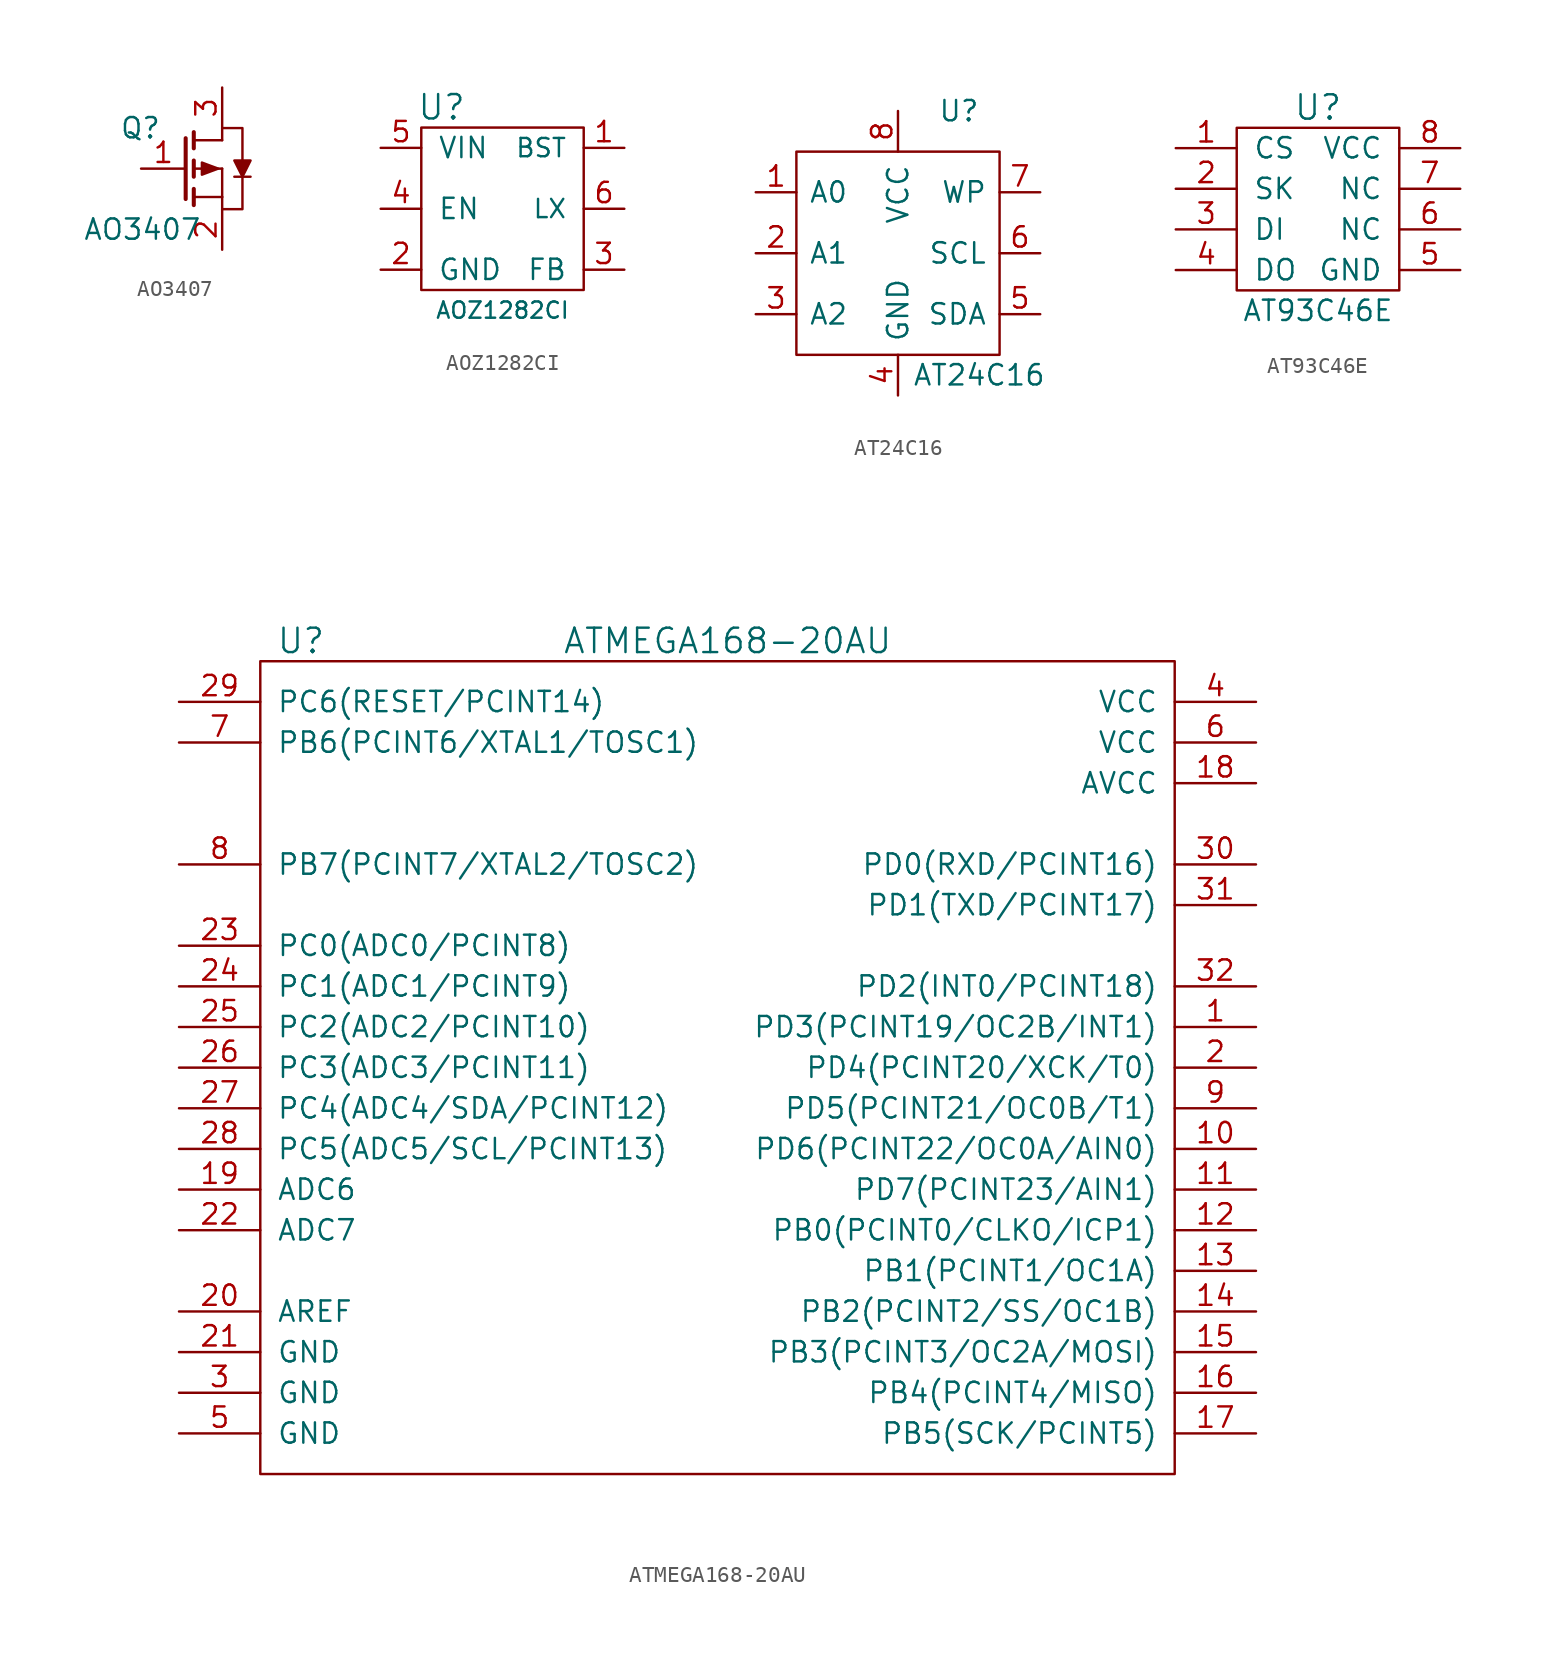
<source format=kicad_sym>
(kicad_symbol_lib
  (version 20220914)
  (generator kicad_symbol_editor)
  (symbol "AO3407"
    (pin_names
      (offset 0) hide)
    (property "Reference" "Q"
      (at -1.27 2.54 0)
      (effects (font (size 1.27 1.27)) (justify right)))
    (property "Value" "AO3407"
      (at 1.27 -3.81 0)
      (effects (font (size 1.27 1.27)) (justify right)))
    (property "Footprint" ""
      (at 5.08 2.54 0)
      (effects (font (size 1.27 1.27))))
    (property "Datasheet" ""
      (at 0 0 0)
      (effects (font (size 1.27 1.27))))
    (symbol "AO3407_0_1"
      (polyline (pts (xy 0.762 -1.778) (xy 2.54 -1.778)) (stroke (width 0) (type default)) (fill (type none)))
      (polyline (pts (xy 0.762 -1.27) (xy 0.762 -2.286)) (stroke (width 0.254) (type default)) (fill (type none)))
      (polyline (pts (xy 0.762 0) (xy 2.54 0)) (stroke (width 0) (type default)) (fill (type none)))
      (polyline (pts (xy 0.762 0.508) (xy 0.762 -0.508)) (stroke (width 0.254) (type default)) (fill (type none)))
      (polyline (pts (xy 0.762 1.778) (xy 2.54 1.778)) (stroke (width 0) (type default)) (fill (type none)))
      (polyline (pts (xy 0.762 2.286) (xy 0.762 1.27)) (stroke (width 0.254) (type default)) (fill (type none)))
      (polyline (pts (xy 2.54 -1.778) (xy 2.54 -2.54)) (stroke (width 0) (type default)) (fill (type none)))
      (polyline (pts (xy 2.54 -1.778) (xy 2.54 0)) (stroke (width 0) (type default)) (fill (type none)))
      (polyline (pts (xy 2.54 2.54) (xy 2.54 1.778)) (stroke (width 0) (type default)) (fill (type none)))
      (polyline (pts (xy 3.302 -0.508) (xy 4.318 -0.508)) (stroke (width 0) (type default)) (fill (type none)))
      (polyline (pts (xy 0.254 1.905) (xy 0.254 -1.905) (xy 0.254 -1.905)) (stroke (width 0.254) (type default)) (fill (type none)))
      (polyline (pts (xy 2.286 0) (xy 1.27 -0.381) (xy 1.27 0.381) (xy 2.286 0)) (stroke (width 0) (type default)) (fill (type outline)))
      (polyline (pts (xy 2.54 2.54) (xy 3.81 2.54) (xy 3.81 -2.54) (xy 2.54 -2.54)) (stroke (width 0) (type default)) (fill (type none)))
      (polyline (pts (xy 3.81 -0.508) (xy 3.302 0.508) (xy 4.318 0.508) (xy 3.81 -0.508)) (stroke (width 0) (type default)) (fill (type outline))))
    (symbol "AO3407_1_1"
      (pin input line (at -2.54 0 0) (length 2.794) (name "G" (effects (font (size 1.27 1.27)))) (number "1" (effects (font (size 1.27 1.27)))))
      (pin passive line (at 2.54 -5.08 90) (length 2.54) (name "S" (effects (font (size 1.27 1.27)))) (number "2" (effects (font (size 1.27 1.27)))))
      (pin passive line (at 2.54 5.08 270) (length 2.54) (name "D" (effects (font (size 1.27 1.27)))) (number "3" (effects (font (size 1.27 1.27)))))))
  (symbol "AOZ1282CI"
    (pin_names
      (offset 1.016))
    (property "Reference" "U"
      (at -3.81 6.35 0)
      (effects (font (size 1.524 1.524))))
    (property "Value" "AOZ1282CI"
      (at 0 -6.35 0)
      (effects (font (size 1.016 1.016))))
    (property "Footprint" ""
      (at 0 0 0)
      (effects (font (size 1.524 1.524))))
    (property "Datasheet" ""
      (at 0 0 0)
      (effects (font (size 1.524 1.524))))
    (symbol "AOZ1282CI_0_1"
      (rectangle (start -5.08 5.08) (end 5.08 -5.08) (stroke (width 0) (type default)) (fill (type none))))
    (symbol "AOZ1282CI_1_1"
      (pin input line (at 7.62 3.81 180) (length 2.54) (name "BST" (effects (font (size 1.143 1.143)))) (number "1" (effects (font (size 1.27 1.27)))))
      (pin input line (at -7.62 -3.81 0) (length 2.54) (name "GND" (effects (font (size 1.27 1.27)))) (number "2" (effects (font (size 1.27 1.27)))))
      (pin input line (at 7.62 -3.81 180) (length 2.54) (name "FB" (effects (font (size 1.27 1.27)))) (number "3" (effects (font (size 1.27 1.27)))))
      (pin input line (at -7.62 0 0) (length 2.54) (name "EN" (effects (font (size 1.27 1.27)))) (number "4" (effects (font (size 1.27 1.27)))))
      (pin input line (at -7.62 3.81 0) (length 2.54) (name "VIN" (effects (font (size 1.27 1.27)))) (number "5" (effects (font (size 1.27 1.27)))))
      (pin input line (at 7.62 0 180) (length 2.54) (name "LX" (effects (font (size 1.143 1.143)))) (number "6" (effects (font (size 1.27 1.27)))))))
  (symbol "AT24C16"
    (pin_names
      (offset 0.762))
    (property "Reference" "U"
      (at 3.81 8.89 0)
      (effects (font (size 1.27 1.27))))
    (property "Value" "AT24C16"
      (at 5.08 -7.62 0)
      (effects (font (size 1.27 1.27))))
    (property "Footprint" ""
      (at 0 0 0)
      (effects (font (size 1.27 1.27))))
    (property "Datasheet" ""
      (at 0 0 0)
      (effects (font (size 1.27 1.27))))
    (symbol "AT24C16_0_0"
      (pin power_in line (at 0 -8.89 90) (length 2.54) (name "GND" (effects (font (size 1.27 1.27)))) (number "4" (effects (font (size 1.27 1.27)))))
      (pin power_in line (at 0 8.89 270) (length 2.54) (name "VCC" (effects (font (size 1.27 1.27)))) (number "8" (effects (font (size 1.27 1.27))))))
    (symbol "AT24C16_1_1"
      (rectangle (start -6.35 -6.35) (end 6.35 6.35) (stroke (width 0) (type default)) (fill (type none)))
      (pin input line (at -8.89 3.81 0) (length 2.54) (name "A0" (effects (font (size 1.27 1.27)))) (number "1" (effects (font (size 1.27 1.27)))))
      (pin input line (at -8.89 0 0) (length 2.54) (name "A1" (effects (font (size 1.27 1.27)))) (number "2" (effects (font (size 1.27 1.27)))))
      (pin input line (at -8.89 -3.81 0) (length 2.54) (name "A2" (effects (font (size 1.27 1.27)))) (number "3" (effects (font (size 1.27 1.27)))))
      (pin bidirectional line (at 8.89 -3.81 180) (length 2.54) (name "SDA" (effects (font (size 1.27 1.27)))) (number "5" (effects (font (size 1.27 1.27)))))
      (pin input line (at 8.89 0 180) (length 2.54) (name "SCL" (effects (font (size 1.27 1.27)))) (number "6" (effects (font (size 1.27 1.27)))))
      (pin input line (at 8.89 3.81 180) (length 2.54) (name "WP" (effects (font (size 1.27 1.27)))) (number "7" (effects (font (size 1.27 1.27)))))))
  (symbol "AT93C46E"
    (pin_names
      (offset 1.016))
    (property "Reference" "U"
      (at 0 6.35 0)
      (effects (font (size 1.524 1.524))))
    (property "Value" "AT93C46E"
      (at 0 -6.35 0)
      (effects (font (size 1.27 1.27))))
    (symbol "AT93C46E_0_1"
      (rectangle (start -5.08 5.08) (end 5.08 -5.08) (stroke (width 0) (type default)) (fill (type none))))
    (symbol "AT93C46E_1_1"
      (pin passive line (at -8.89 3.81 0) (length 3.81) (name "CS" (effects (font (size 1.27 1.27)))) (number "1" (effects (font (size 1.27 1.27)))))
      (pin passive line (at -8.89 1.27 0) (length 3.81) (name "SK" (effects (font (size 1.27 1.27)))) (number "2" (effects (font (size 1.27 1.27)))))
      (pin passive line (at -8.89 -1.27 0) (length 3.81) (name "DI" (effects (font (size 1.27 1.27)))) (number "3" (effects (font (size 1.27 1.27)))))
      (pin passive line (at -8.89 -3.81 0) (length 3.81) (name "DO" (effects (font (size 1.27 1.27)))) (number "4" (effects (font (size 1.27 1.27)))))
      (pin passive line (at 8.89 -3.81 180) (length 3.81) (name "GND" (effects (font (size 1.27 1.27)))) (number "5" (effects (font (size 1.27 1.27)))))
      (pin passive line (at 8.89 -1.27 180) (length 3.81) (name "NC" (effects (font (size 1.27 1.27)))) (number "6" (effects (font (size 1.27 1.27)))))
      (pin passive line (at 8.89 1.27 180) (length 3.81) (name "NC" (effects (font (size 1.27 1.27)))) (number "7" (effects (font (size 1.27 1.27)))))
      (pin passive line (at 8.89 3.81 180) (length 3.81) (name "VCC" (effects (font (size 1.27 1.27)))) (number "8" (effects (font (size 1.27 1.27)))))))
  (symbol "ATMEGA168-20AU"
    (pin_names
      (offset 1.016))
    (property "Reference" "U"
      (at -26.67 26.67 0)
      (effects (font (size 1.524 1.524))))
    (property "Value" "ATMEGA168-20AU"
      (at 0 26.67 0)
      (effects (font (size 1.524 1.524))))
    (property "Footprint" ""
      (at -19.05 8.89 0)
      (effects (font (size 1.524 1.524))))
    (property "Datasheet" ""
      (at -19.05 8.89 0)
      (effects (font (size 1.524 1.524))))
    (symbol "ATMEGA168-20AU_0_1"
      (rectangle (start -29.21 -25.4) (end 27.94 25.4) (stroke (width 0) (type default)) (fill (type none))))
    (symbol "ATMEGA168-20AU_1_1"
      (pin bidirectional line (at 33.02 2.54 180) (length 5.08) (name "PD3(PCINT19/OC2B/INT1)" (effects (font (size 1.27 1.27)))) (number "1" (effects (font (size 1.27 1.27)))))
      (pin bidirectional line (at 33.02 -5.08 180) (length 5.08) (name "PD6(PCINT22/OC0A/AIN0)" (effects (font (size 1.27 1.27)))) (number "10" (effects (font (size 1.27 1.27)))))
      (pin bidirectional line (at 33.02 -7.62 180) (length 5.08) (name "PD7(PCINT23/AIN1)" (effects (font (size 1.27 1.27)))) (number "11" (effects (font (size 1.27 1.27)))))
      (pin bidirectional line (at 33.02 -10.16 180) (length 5.08) (name "PB0(PCINT0/CLKO/ICP1)" (effects (font (size 1.27 1.27)))) (number "12" (effects (font (size 1.27 1.27)))))
      (pin bidirectional line (at 33.02 -12.7 180) (length 5.08) (name "PB1(PCINT1/OC1A)" (effects (font (size 1.27 1.27)))) (number "13" (effects (font (size 1.27 1.27)))))
      (pin bidirectional line (at 33.02 -15.24 180) (length 5.08) (name "PB2(PCINT2/SS/OC1B)" (effects (font (size 1.27 1.27)))) (number "14" (effects (font (size 1.27 1.27)))))
      (pin bidirectional line (at 33.02 -17.78 180) (length 5.08) (name "PB3(PCINT3/OC2A/MOSI)" (effects (font (size 1.27 1.27)))) (number "15" (effects (font (size 1.27 1.27)))))
      (pin bidirectional line (at 33.02 -20.32 180) (length 5.08) (name "PB4(PCINT4/MISO)" (effects (font (size 1.27 1.27)))) (number "16" (effects (font (size 1.27 1.27)))))
      (pin bidirectional line (at 33.02 -22.86 180) (length 5.08) (name "PB5(SCK/PCINT5)" (effects (font (size 1.27 1.27)))) (number "17" (effects (font (size 1.27 1.27)))))
      (pin bidirectional line (at 33.02 17.78 180) (length 5.08) (name "AVCC" (effects (font (size 1.27 1.27)))) (number "18" (effects (font (size 1.27 1.27)))))
      (pin bidirectional line (at -34.29 -7.62 0) (length 5.08) (name "ADC6" (effects (font (size 1.27 1.27)))) (number "19" (effects (font (size 1.27 1.27)))))
      (pin bidirectional line (at 33.02 0 180) (length 5.08) (name "PD4(PCINT20/XCK/T0)" (effects (font (size 1.27 1.27)))) (number "2" (effects (font (size 1.27 1.27)))))
      (pin bidirectional line (at -34.29 -15.24 0) (length 5.08) (name "AREF" (effects (font (size 1.27 1.27)))) (number "20" (effects (font (size 1.27 1.27)))))
      (pin bidirectional line (at -34.29 -17.78 0) (length 5.08) (name "GND" (effects (font (size 1.27 1.27)))) (number "21" (effects (font (size 1.27 1.27)))))
      (pin bidirectional line (at -34.29 -10.16 0) (length 5.08) (name "ADC7" (effects (font (size 1.27 1.27)))) (number "22" (effects (font (size 1.27 1.27)))))
      (pin bidirectional line (at -34.29 7.62 0) (length 5.08) (name "PC0(ADC0/PCINT8)" (effects (font (size 1.27 1.27)))) (number "23" (effects (font (size 1.27 1.27)))))
      (pin bidirectional line (at -34.29 5.08 0) (length 5.08) (name "PC1(ADC1/PCINT9)" (effects (font (size 1.27 1.27)))) (number "24" (effects (font (size 1.27 1.27)))))
      (pin bidirectional line (at -34.29 2.54 0) (length 5.08) (name "PC2(ADC2/PCINT10)" (effects (font (size 1.27 1.27)))) (number "25" (effects (font (size 1.27 1.27)))))
      (pin bidirectional line (at -34.29 0 0) (length 5.08) (name "PC3(ADC3/PCINT11)" (effects (font (size 1.27 1.27)))) (number "26" (effects (font (size 1.27 1.27)))))
      (pin bidirectional line (at -34.29 -2.54 0) (length 5.08) (name "PC4(ADC4/SDA/PCINT12)" (effects (font (size 1.27 1.27)))) (number "27" (effects (font (size 1.27 1.27)))))
      (pin bidirectional line (at -34.29 -5.08 0) (length 5.08) (name "PC5(ADC5/SCL/PCINT13)" (effects (font (size 1.27 1.27)))) (number "28" (effects (font (size 1.27 1.27)))))
      (pin bidirectional line (at -34.29 22.86 0) (length 5.08) (name "PC6(RESET/PCINT14)" (effects (font (size 1.27 1.27)))) (number "29" (effects (font (size 1.27 1.27)))))
      (pin bidirectional line (at -34.29 -20.32 0) (length 5.08) (name "GND" (effects (font (size 1.27 1.27)))) (number "3" (effects (font (size 1.27 1.27)))))
      (pin bidirectional line (at 33.02 12.7 180) (length 5.08) (name "PD0(RXD/PCINT16)" (effects (font (size 1.27 1.27)))) (number "30" (effects (font (size 1.27 1.27)))))
      (pin bidirectional line (at 33.02 10.16 180) (length 5.08) (name "PD1(TXD/PCINT17)" (effects (font (size 1.27 1.27)))) (number "31" (effects (font (size 1.27 1.27)))))
      (pin bidirectional line (at 33.02 5.08 180) (length 5.08) (name "PD2(INT0/PCINT18)" (effects (font (size 1.27 1.27)))) (number "32" (effects (font (size 1.27 1.27)))))
      (pin bidirectional line (at 33.02 22.86 180) (length 5.08) (name "VCC" (effects (font (size 1.27 1.27)))) (number "4" (effects (font (size 1.27 1.27)))))
      (pin bidirectional line (at -34.29 -22.86 0) (length 5.08) (name "GND" (effects (font (size 1.27 1.27)))) (number "5" (effects (font (size 1.27 1.27)))))
      (pin bidirectional line (at 33.02 20.32 180) (length 5.08) (name "VCC" (effects (font (size 1.27 1.27)))) (number "6" (effects (font (size 1.27 1.27)))))
      (pin bidirectional line (at -34.29 20.32 0) (length 5.08) (name "PB6(PCINT6/XTAL1/TOSC1)" (effects (font (size 1.27 1.27)))) (number "7" (effects (font (size 1.27 1.27)))))
      (pin bidirectional line (at -34.29 12.7 0) (length 5.08) (name "PB7(PCINT7/XTAL2/TOSC2)" (effects (font (size 1.27 1.27)))) (number "8" (effects (font (size 1.27 1.27)))))
      (pin bidirectional line (at 33.02 -2.54 180) (length 5.08) (name "PD5(PCINT21/OC0B/T1)" (effects (font (size 1.27 1.27)))) (number "9" (effects (font (size 1.27 1.27))))))))
</source>
